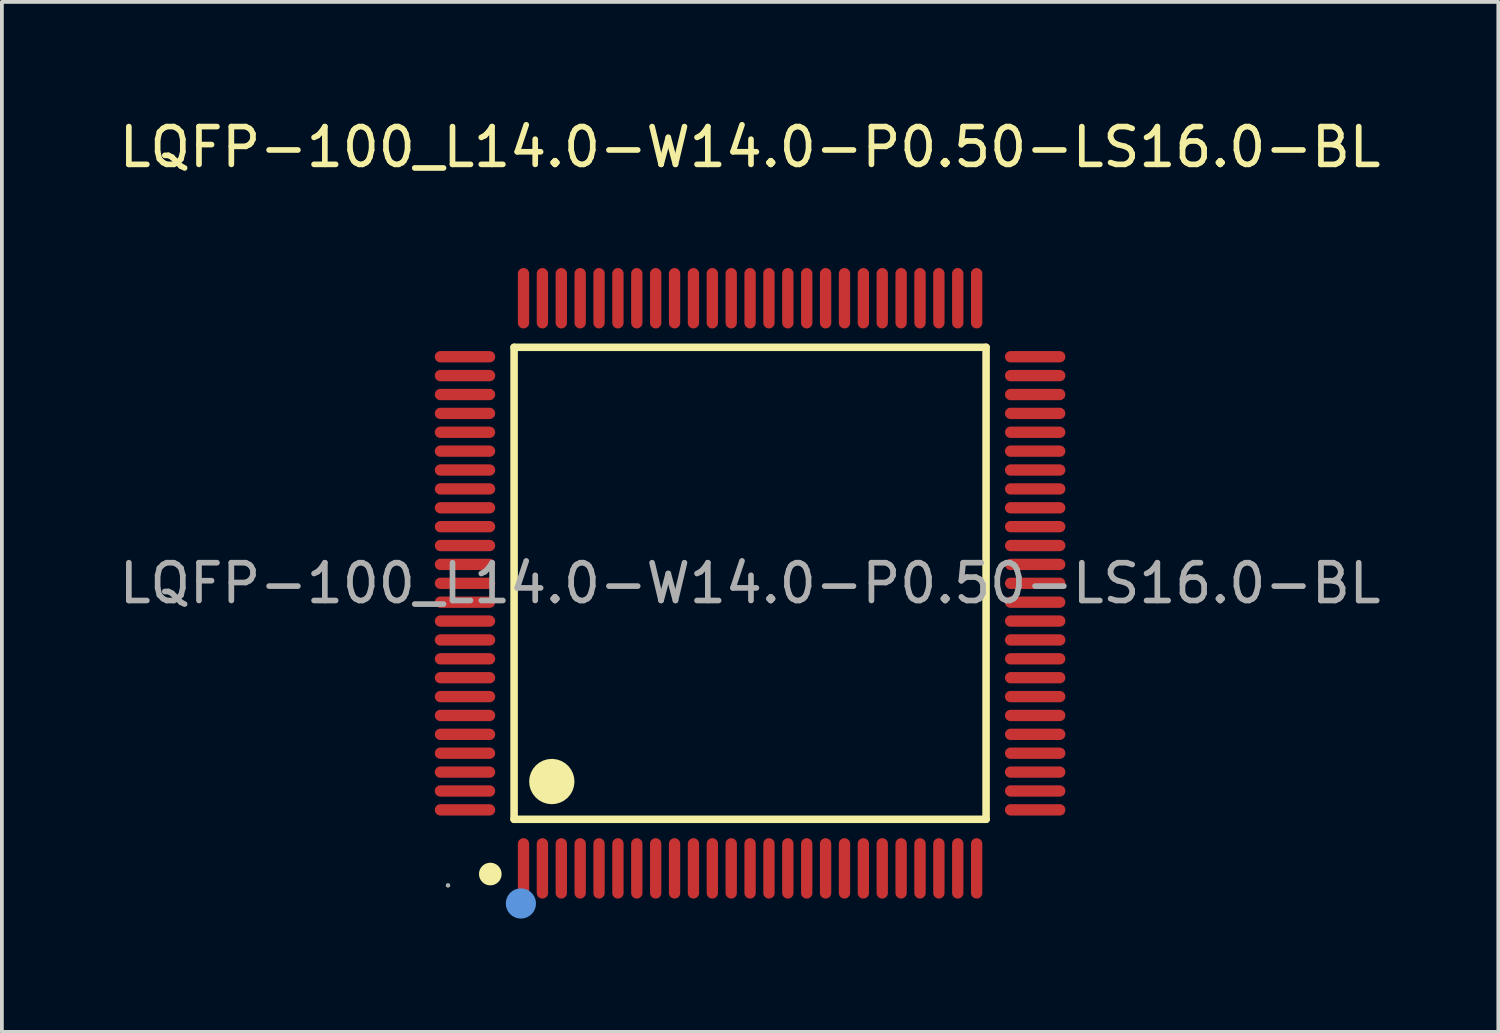
<source format=kicad_pcb>
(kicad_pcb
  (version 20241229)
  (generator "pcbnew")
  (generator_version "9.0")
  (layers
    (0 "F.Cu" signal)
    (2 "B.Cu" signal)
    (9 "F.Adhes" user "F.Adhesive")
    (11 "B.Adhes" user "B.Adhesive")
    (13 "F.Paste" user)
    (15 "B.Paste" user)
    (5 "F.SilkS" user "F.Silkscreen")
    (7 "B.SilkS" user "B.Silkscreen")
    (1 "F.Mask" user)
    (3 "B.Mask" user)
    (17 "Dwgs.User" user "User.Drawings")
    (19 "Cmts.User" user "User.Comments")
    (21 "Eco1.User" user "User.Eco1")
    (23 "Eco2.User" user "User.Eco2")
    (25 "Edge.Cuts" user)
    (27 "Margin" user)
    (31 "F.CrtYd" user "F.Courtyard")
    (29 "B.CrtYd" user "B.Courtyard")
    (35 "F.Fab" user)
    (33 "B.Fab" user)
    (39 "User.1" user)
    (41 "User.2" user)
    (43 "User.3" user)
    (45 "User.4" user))
  (footprint "LQFP-100_L14.0-W14.0-P0.50-LS16.0-BL"
    (layer "F.Cu")
    (at 16.815 12.398)
    (property "Reference" "LQFP-100_L14.0-W14.0-P0.50-LS16.0-BL" (at 0 -11.55 0) (layer "F.SilkS") (effects (font (size 1 1) (thickness 0.15))))
    (attr through_hole)
    (fp_line (start -6.25 -6.25) (end -6.25 6.25) (stroke (width 0.2) (type solid)) (layer "F.SilkS"))
    (fp_line (start -6.25 6.25) (end 6.25 6.25) (stroke (width 0.2) (type solid)) (layer "F.SilkS"))
    (fp_line (start 6.25 -6.25) (end -6.25 -6.25) (stroke (width 0.2) (type solid)) (layer "F.SilkS"))
    (fp_line (start 6.25 6.25) (end 6.25 -6.25) (stroke (width 0.2) (type solid)) (layer "F.SilkS"))
    (fp_arc (start -6.88 7.7) (mid -6.88 7.7) (end -6.88 7.7) (stroke (width 0.3) (type solid)) (layer "F.SilkS"))
    (fp_arc (start -5.24 4.95) (mid -5.254999 5.550125) (end -5.250004 4.949833) (stroke (width 0.6) (type solid)) (layer "F.SilkS"))
    (fp_circle (center -6.07 8.48) (end -5.87 8.48) (stroke (width 0.4) (type solid)) (fill no) (layer "Cmts.User"))
    (fp_circle (center -8 8) (end -7.97 8) (stroke (width 0.06) (type solid)) (fill no) (layer "F.Fab"))
    (fp_text user "${REFERENCE}" (at 0 0 0) (layer "F.Fab") (effects (font (size 1 1) (thickness 0.15))))
    (pad "1" smd oval (at -6 7.55) (size 0.3 1.6) (layers "F.Cu" "F.Mask" "F.Paste"))
    (pad "2" smd oval (at -5.5 7.55) (size 0.3 1.6) (layers "F.Cu" "F.Mask" "F.Paste"))
    (pad "3" smd oval (at -5 7.55) (size 0.3 1.6) (layers "F.Cu" "F.Mask" "F.Paste"))
    (pad "4" smd oval (at -4.5 7.55) (size 0.3 1.6) (layers "F.Cu" "F.Mask" "F.Paste"))
    (pad "5" smd oval (at -4 7.55) (size 0.3 1.6) (layers "F.Cu" "F.Mask" "F.Paste"))
    (pad "6" smd oval (at -3.5 7.55) (size 0.3 1.6) (layers "F.Cu" "F.Mask" "F.Paste"))
    (pad "7" smd oval (at -3 7.55) (size 0.3 1.6) (layers "F.Cu" "F.Mask" "F.Paste"))
    (pad "8" smd oval (at -2.5 7.55) (size 0.3 1.6) (layers "F.Cu" "F.Mask" "F.Paste"))
    (pad "9" smd oval (at -2 7.55) (size 0.3 1.6) (layers "F.Cu" "F.Mask" "F.Paste"))
    (pad "10" smd oval (at -1.5 7.55) (size 0.3 1.6) (layers "F.Cu" "F.Mask" "F.Paste"))
    (pad "11" smd oval (at -1 7.55) (size 0.3 1.6) (layers "F.Cu" "F.Mask" "F.Paste"))
    (pad "12" smd oval (at -0.5 7.55) (size 0.3 1.6) (layers "F.Cu" "F.Mask" "F.Paste"))
    (pad "13" smd oval (at 0 7.55) (size 0.3 1.6) (layers "F.Cu" "F.Mask" "F.Paste"))
    (pad "14" smd oval (at 0.5 7.55) (size 0.3 1.6) (layers "F.Cu" "F.Mask" "F.Paste"))
    (pad "15" smd oval (at 1 7.55) (size 0.3 1.6) (layers "F.Cu" "F.Mask" "F.Paste"))
    (pad "16" smd oval (at 1.5 7.55) (size 0.3 1.6) (layers "F.Cu" "F.Mask" "F.Paste"))
    (pad "17" smd oval (at 2 7.55) (size 0.3 1.6) (layers "F.Cu" "F.Mask" "F.Paste"))
    (pad "18" smd oval (at 2.5 7.55) (size 0.3 1.6) (layers "F.Cu" "F.Mask" "F.Paste"))
    (pad "19" smd oval (at 3 7.55) (size 0.3 1.6) (layers "F.Cu" "F.Mask" "F.Paste"))
    (pad "20" smd oval (at 3.5 7.55) (size 0.3 1.6) (layers "F.Cu" "F.Mask" "F.Paste"))
    (pad "21" smd oval (at 4 7.55) (size 0.3 1.6) (layers "F.Cu" "F.Mask" "F.Paste"))
    (pad "22" smd oval (at 4.5 7.55) (size 0.3 1.6) (layers "F.Cu" "F.Mask" "F.Paste"))
    (pad "23" smd oval (at 5 7.55) (size 0.3 1.6) (layers "F.Cu" "F.Mask" "F.Paste"))
    (pad "24" smd oval (at 5.5 7.55) (size 0.3 1.6) (layers "F.Cu" "F.Mask" "F.Paste"))
    (pad "25" smd oval (at 6 7.55) (size 0.3 1.6) (layers "F.Cu" "F.Mask" "F.Paste"))
    (pad "26" smd oval (at 7.55 6) (size 1.6 0.3) (layers "F.Cu" "F.Mask" "F.Paste"))
    (pad "27" smd oval (at 7.55 5.5) (size 1.6 0.3) (layers "F.Cu" "F.Mask" "F.Paste"))
    (pad "28" smd oval (at 7.55 5) (size 1.6 0.3) (layers "F.Cu" "F.Mask" "F.Paste"))
    (pad "29" smd oval (at 7.55 4.5) (size 1.6 0.3) (layers "F.Cu" "F.Mask" "F.Paste"))
    (pad "30" smd oval (at 7.55 4) (size 1.6 0.3) (layers "F.Cu" "F.Mask" "F.Paste"))
    (pad "31" smd oval (at 7.55 3.5) (size 1.6 0.3) (layers "F.Cu" "F.Mask" "F.Paste"))
    (pad "32" smd oval (at 7.55 3) (size 1.6 0.3) (layers "F.Cu" "F.Mask" "F.Paste"))
    (pad "33" smd oval (at 7.55 2.5) (size 1.6 0.3) (layers "F.Cu" "F.Mask" "F.Paste"))
    (pad "34" smd oval (at 7.55 2) (size 1.6 0.3) (layers "F.Cu" "F.Mask" "F.Paste"))
    (pad "35" smd oval (at 7.55 1.5) (size 1.6 0.3) (layers "F.Cu" "F.Mask" "F.Paste"))
    (pad "36" smd oval (at 7.55 1) (size 1.6 0.3) (layers "F.Cu" "F.Mask" "F.Paste"))
    (pad "37" smd oval (at 7.55 0.5) (size 1.6 0.3) (layers "F.Cu" "F.Mask" "F.Paste"))
    (pad "38" smd oval (at 7.55 0) (size 1.6 0.3) (layers "F.Cu" "F.Mask" "F.Paste"))
    (pad "39" smd oval (at 7.55 -0.5) (size 1.6 0.3) (layers "F.Cu" "F.Mask" "F.Paste"))
    (pad "40" smd oval (at 7.55 -1) (size 1.6 0.3) (layers "F.Cu" "F.Mask" "F.Paste"))
    (pad "41" smd oval (at 7.55 -1.5) (size 1.6 0.3) (layers "F.Cu" "F.Mask" "F.Paste"))
    (pad "42" smd oval (at 7.55 -2) (size 1.6 0.3) (layers "F.Cu" "F.Mask" "F.Paste"))
    (pad "43" smd oval (at 7.55 -2.5) (size 1.6 0.3) (layers "F.Cu" "F.Mask" "F.Paste"))
    (pad "44" smd oval (at 7.55 -3) (size 1.6 0.3) (layers "F.Cu" "F.Mask" "F.Paste"))
    (pad "45" smd oval (at 7.55 -3.5) (size 1.6 0.3) (layers "F.Cu" "F.Mask" "F.Paste"))
    (pad "46" smd oval (at 7.55 -4) (size 1.6 0.3) (layers "F.Cu" "F.Mask" "F.Paste"))
    (pad "47" smd oval (at 7.55 -4.5) (size 1.6 0.3) (layers "F.Cu" "F.Mask" "F.Paste"))
    (pad "48" smd oval (at 7.55 -5) (size 1.6 0.3) (layers "F.Cu" "F.Mask" "F.Paste"))
    (pad "49" smd oval (at 7.55 -5.5) (size 1.6 0.3) (layers "F.Cu" "F.Mask" "F.Paste"))
    (pad "50" smd oval (at 7.55 -6) (size 1.6 0.3) (layers "F.Cu" "F.Mask" "F.Paste"))
    (pad "51" smd oval (at 6 -7.55) (size 0.3 1.6) (layers "F.Cu" "F.Mask" "F.Paste"))
    (pad "52" smd oval (at 5.5 -7.55) (size 0.3 1.6) (layers "F.Cu" "F.Mask" "F.Paste"))
    (pad "53" smd oval (at 5 -7.55) (size 0.3 1.6) (layers "F.Cu" "F.Mask" "F.Paste"))
    (pad "54" smd oval (at 4.5 -7.55) (size 0.3 1.6) (layers "F.Cu" "F.Mask" "F.Paste"))
    (pad "55" smd oval (at 4 -7.55) (size 0.3 1.6) (layers "F.Cu" "F.Mask" "F.Paste"))
    (pad "56" smd oval (at 3.5 -7.55) (size 0.3 1.6) (layers "F.Cu" "F.Mask" "F.Paste"))
    (pad "57" smd oval (at 3 -7.55) (size 0.3 1.6) (layers "F.Cu" "F.Mask" "F.Paste"))
    (pad "58" smd oval (at 2.5 -7.55) (size 0.3 1.6) (layers "F.Cu" "F.Mask" "F.Paste"))
    (pad "59" smd oval (at 2 -7.55) (size 0.3 1.6) (layers "F.Cu" "F.Mask" "F.Paste"))
    (pad "60" smd oval (at 1.5 -7.55) (size 0.3 1.6) (layers "F.Cu" "F.Mask" "F.Paste"))
    (pad "61" smd oval (at 1 -7.55) (size 0.3 1.6) (layers "F.Cu" "F.Mask" "F.Paste"))
    (pad "62" smd oval (at 0.5 -7.55) (size 0.3 1.6) (layers "F.Cu" "F.Mask" "F.Paste"))
    (pad "63" smd oval (at 0 -7.55) (size 0.3 1.6) (layers "F.Cu" "F.Mask" "F.Paste"))
    (pad "64" smd oval (at -0.5 -7.55) (size 0.3 1.6) (layers "F.Cu" "F.Mask" "F.Paste"))
    (pad "65" smd oval (at -1 -7.55) (size 0.3 1.6) (layers "F.Cu" "F.Mask" "F.Paste"))
    (pad "66" smd oval (at -1.5 -7.55) (size 0.3 1.6) (layers "F.Cu" "F.Mask" "F.Paste"))
    (pad "67" smd oval (at -2 -7.55) (size 0.3 1.6) (layers "F.Cu" "F.Mask" "F.Paste"))
    (pad "68" smd oval (at -2.5 -7.55) (size 0.3 1.6) (layers "F.Cu" "F.Mask" "F.Paste"))
    (pad "69" smd oval (at -3 -7.55) (size 0.3 1.6) (layers "F.Cu" "F.Mask" "F.Paste"))
    (pad "70" smd oval (at -3.5 -7.55) (size 0.3 1.6) (layers "F.Cu" "F.Mask" "F.Paste"))
    (pad "71" smd oval (at -4 -7.55) (size 0.3 1.6) (layers "F.Cu" "F.Mask" "F.Paste"))
    (pad "72" smd oval (at -4.5 -7.55) (size 0.3 1.6) (layers "F.Cu" "F.Mask" "F.Paste"))
    (pad "73" smd oval (at -5 -7.55) (size 0.3 1.6) (layers "F.Cu" "F.Mask" "F.Paste"))
    (pad "74" smd oval (at -5.5 -7.55) (size 0.3 1.6) (layers "F.Cu" "F.Mask" "F.Paste"))
    (pad "75" smd oval (at -6 -7.55) (size 0.3 1.6) (layers "F.Cu" "F.Mask" "F.Paste"))
    (pad "76" smd oval (at -7.55 -6) (size 1.6 0.3) (layers "F.Cu" "F.Mask" "F.Paste"))
    (pad "77" smd oval (at -7.55 -5.5) (size 1.6 0.3) (layers "F.Cu" "F.Mask" "F.Paste"))
    (pad "78" smd oval (at -7.55 -5) (size 1.6 0.3) (layers "F.Cu" "F.Mask" "F.Paste"))
    (pad "79" smd oval (at -7.55 -4.5) (size 1.6 0.3) (layers "F.Cu" "F.Mask" "F.Paste"))
    (pad "80" smd oval (at -7.55 -4) (size 1.6 0.3) (layers "F.Cu" "F.Mask" "F.Paste"))
    (pad "81" smd oval (at -7.55 -3.5) (size 1.6 0.3) (layers "F.Cu" "F.Mask" "F.Paste"))
    (pad "82" smd oval (at -7.55 -3) (size 1.6 0.3) (layers "F.Cu" "F.Mask" "F.Paste"))
    (pad "83" smd oval (at -7.55 -2.5) (size 1.6 0.3) (layers "F.Cu" "F.Mask" "F.Paste"))
    (pad "84" smd oval (at -7.55 -2) (size 1.6 0.3) (layers "F.Cu" "F.Mask" "F.Paste"))
    (pad "85" smd oval (at -7.55 -1.5) (size 1.6 0.3) (layers "F.Cu" "F.Mask" "F.Paste"))
    (pad "86" smd oval (at -7.55 -1) (size 1.6 0.3) (layers "F.Cu" "F.Mask" "F.Paste"))
    (pad "87" smd oval (at -7.55 -0.5) (size 1.6 0.3) (layers "F.Cu" "F.Mask" "F.Paste"))
    (pad "88" smd oval (at -7.55 0) (size 1.6 0.3) (layers "F.Cu" "F.Mask" "F.Paste"))
    (pad "89" smd oval (at -7.55 0.5) (size 1.6 0.3) (layers "F.Cu" "F.Mask" "F.Paste"))
    (pad "90" smd oval (at -7.55 1) (size 1.6 0.3) (layers "F.Cu" "F.Mask" "F.Paste"))
    (pad "91" smd oval (at -7.55 1.5) (size 1.6 0.3) (layers "F.Cu" "F.Mask" "F.Paste"))
    (pad "92" smd oval (at -7.55 2) (size 1.6 0.3) (layers "F.Cu" "F.Mask" "F.Paste"))
    (pad "93" smd oval (at -7.55 2.5) (size 1.6 0.3) (layers "F.Cu" "F.Mask" "F.Paste"))
    (pad "94" smd oval (at -7.55 3) (size 1.6 0.3) (layers "F.Cu" "F.Mask" "F.Paste"))
    (pad "95" smd oval (at -7.55 3.5) (size 1.6 0.3) (layers "F.Cu" "F.Mask" "F.Paste"))
    (pad "96" smd oval (at -7.55 4) (size 1.6 0.3) (layers "F.Cu" "F.Mask" "F.Paste"))
    (pad "97" smd oval (at -7.55 4.5) (size 1.6 0.3) (layers "F.Cu" "F.Mask" "F.Paste"))
    (pad "98" smd oval (at -7.55 5) (size 1.6 0.3) (layers "F.Cu" "F.Mask" "F.Paste"))
    (pad "99" smd oval (at -7.55 5.5) (size 1.6 0.3) (layers "F.Cu" "F.Mask" "F.Paste"))
    (pad "100" smd oval (at -7.55 6) (size 1.6 0.3) (layers "F.Cu" "F.Mask" "F.Paste")))
  (gr_rect
    (start -3 -3)
    (end 36.631 24.278)
    (stroke (width 0.1) (type default))
    (fill no)
    (layer "Edge.Cuts")))
</source>
